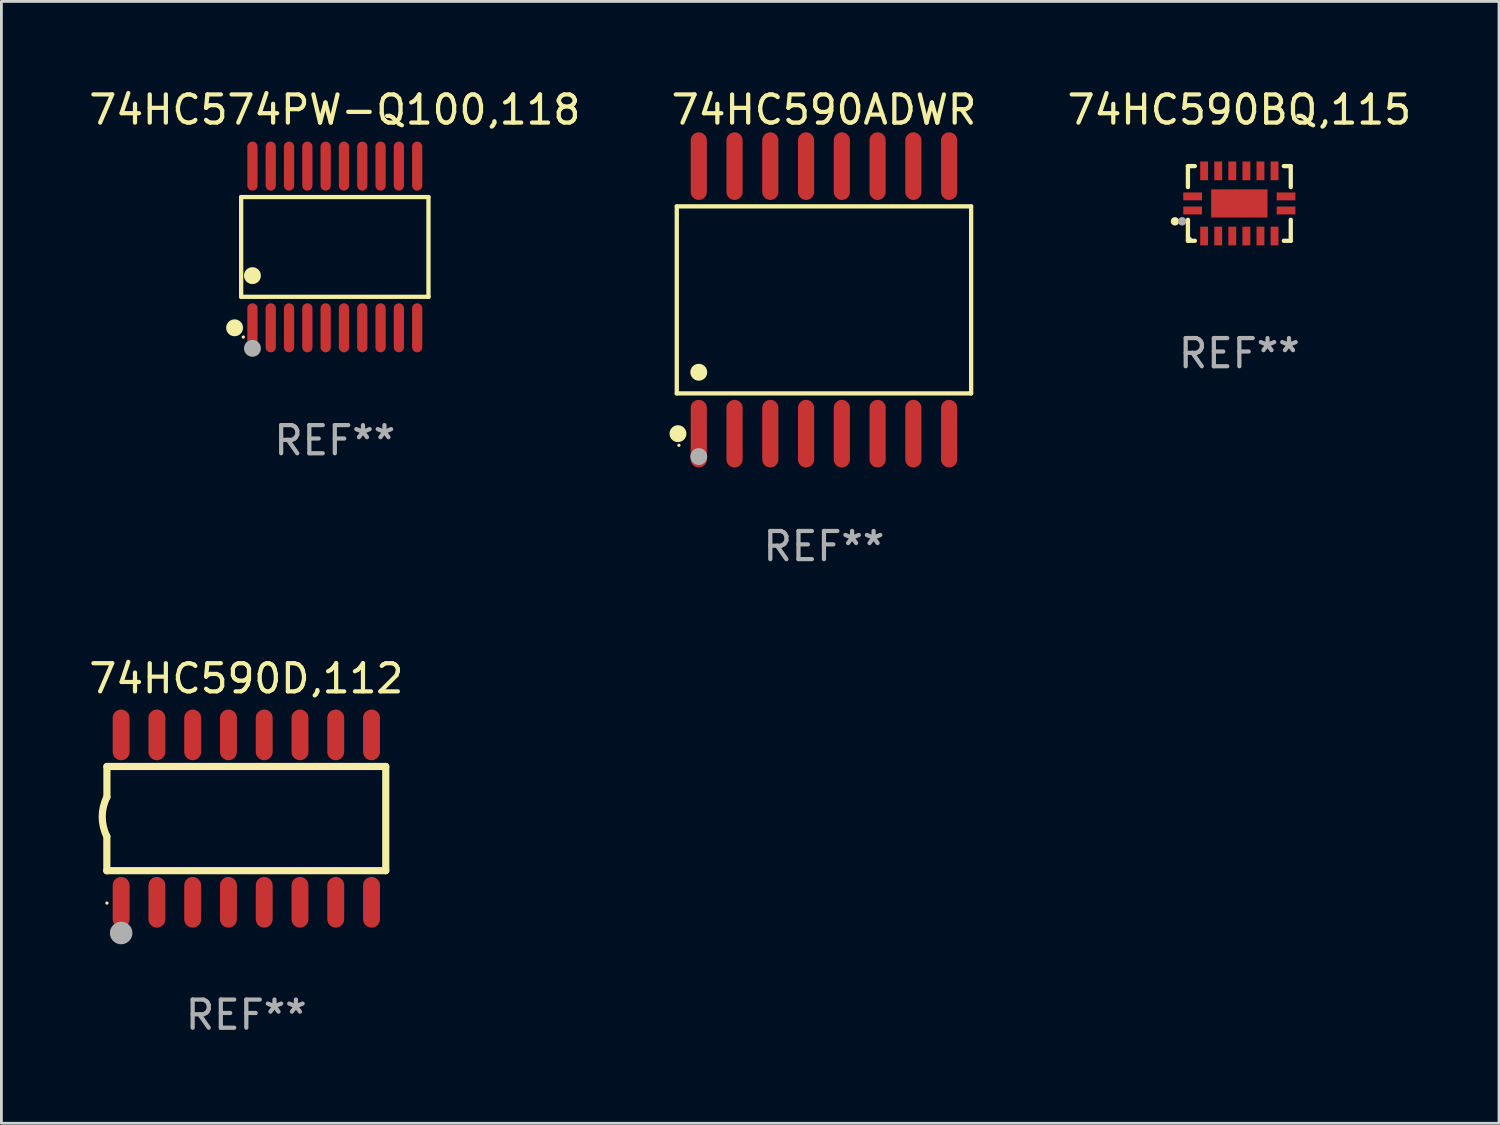
<source format=kicad_pcb>
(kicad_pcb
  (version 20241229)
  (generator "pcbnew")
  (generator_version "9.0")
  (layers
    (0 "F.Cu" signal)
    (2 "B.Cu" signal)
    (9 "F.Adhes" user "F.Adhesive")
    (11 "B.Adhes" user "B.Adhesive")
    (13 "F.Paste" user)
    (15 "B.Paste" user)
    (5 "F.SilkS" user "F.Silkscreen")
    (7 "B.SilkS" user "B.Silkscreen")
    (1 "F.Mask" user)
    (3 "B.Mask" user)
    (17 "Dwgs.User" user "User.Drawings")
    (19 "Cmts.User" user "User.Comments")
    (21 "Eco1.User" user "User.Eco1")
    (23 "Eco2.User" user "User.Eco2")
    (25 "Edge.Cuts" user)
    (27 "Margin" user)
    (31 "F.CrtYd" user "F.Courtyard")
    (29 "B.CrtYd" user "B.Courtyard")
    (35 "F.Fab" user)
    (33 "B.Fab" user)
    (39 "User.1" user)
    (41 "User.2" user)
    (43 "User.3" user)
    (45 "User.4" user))
  (footprint "74HC590BQ,115"
    (layer "F.Cu")
    (at 40.958 4.174)
    (property "Reference" "74HC590BQ,115" (at 0 -3.326 0) (layer "F.SilkS") (effects (font (size 1 1) (thickness 0.15))))
    (attr through_hole)
    (fp_line (start -1.826 -1.326) (end -1.58 -1.326) (stroke (width 0.152) (type solid)) (layer "F.SilkS"))
    (fp_line (start -1.826 -0.58) (end -1.826 -1.326) (stroke (width 0.152) (type solid)) (layer "F.SilkS"))
    (fp_line (start -1.826 0.58) (end -1.826 1.326) (stroke (width 0.152) (type solid)) (layer "F.SilkS"))
    (fp_line (start -1.826 1.326) (end -1.58 1.326) (stroke (width 0.152) (type solid)) (layer "F.SilkS"))
    (fp_line (start 1.826 -1.326) (end 1.58 -1.326) (stroke (width 0.152) (type solid)) (layer "F.SilkS"))
    (fp_line (start 1.826 -0.58) (end 1.826 -1.326) (stroke (width 0.152) (type solid)) (layer "F.SilkS"))
    (fp_line (start 1.826 0.58) (end 1.826 1.326) (stroke (width 0.152) (type solid)) (layer "F.SilkS"))
    (fp_line (start 1.826 1.326) (end 1.58 1.326) (stroke (width 0.152) (type solid)) (layer "F.SilkS"))
    (fp_circle (center -2.286 0.635) (end -2.211 0.635) (stroke (width 0.15) (type solid)) (fill no) (layer "F.SilkS"))
    (fp_circle (center -1.75 1.25) (end -1.72 1.25) (stroke (width 0.06) (type solid)) (fill no) (layer "F.SilkS"))
    (fp_circle (center -2.032 0.635) (end -1.957 0.635) (stroke (width 0.15) (type solid)) (fill no) (layer "F.Fab"))
    (fp_text user "REF**" (at 0 5.326 0) (layer "F.Fab") (effects (font (size 1 1) (thickness 0.15))))
    (pad "1" smd rect (at -1.658 0.25) (size 0.665 0.28) (layers "F.Cu" "F.Mask" "F.Paste"))
    (pad "2" smd rect (at -1.25 1.157) (size 0.28 0.665) (layers "F.Cu" "F.Mask" "F.Paste"))
    (pad "3" smd rect (at -0.75 1.157) (size 0.28 0.665) (layers "F.Cu" "F.Mask" "F.Paste"))
    (pad "4" smd rect (at -0.25 1.157) (size 0.28 0.665) (layers "F.Cu" "F.Mask" "F.Paste"))
    (pad "5" smd rect (at 0.25 1.157) (size 0.28 0.665) (layers "F.Cu" "F.Mask" "F.Paste"))
    (pad "6" smd rect (at 0.75 1.157) (size 0.28 0.665) (layers "F.Cu" "F.Mask" "F.Paste"))
    (pad "7" smd rect (at 1.25 1.157) (size 0.28 0.665) (layers "F.Cu" "F.Mask" "F.Paste"))
    (pad "8" smd rect (at 1.658 0.25) (size 0.665 0.28) (layers "F.Cu" "F.Mask" "F.Paste"))
    (pad "9" smd rect (at 1.658 -0.25) (size 0.665 0.28) (layers "F.Cu" "F.Mask" "F.Paste"))
    (pad "10" smd rect (at 1.25 -1.157) (size 0.28 0.665) (layers "F.Cu" "F.Mask" "F.Paste"))
    (pad "11" smd rect (at 0.75 -1.157) (size 0.28 0.665) (layers "F.Cu" "F.Mask" "F.Paste"))
    (pad "12" smd rect (at 0.25 -1.157) (size 0.28 0.665) (layers "F.Cu" "F.Mask" "F.Paste"))
    (pad "13" smd rect (at -0.25 -1.157) (size 0.28 0.665) (layers "F.Cu" "F.Mask" "F.Paste"))
    (pad "14" smd rect (at -0.75 -1.157) (size 0.28 0.665) (layers "F.Cu" "F.Mask" "F.Paste"))
    (pad "15" smd rect (at -1.25 -1.157) (size 0.28 0.665) (layers "F.Cu" "F.Mask" "F.Paste"))
    (pad "16" smd rect (at -1.658 -0.25) (size 0.665 0.28) (layers "F.Cu" "F.Mask" "F.Paste"))
    (pad "17" smd rect (at 0 0) (size 2 1) (layers "F.Cu" "F.Mask" "F.Paste")))
  (footprint "74HC574PW-Q100,118"
    (layer "F.Cu")
    (at 8.839 5.719)
    (property "Reference" "74HC574PW-Q100,118" (at 0 -4.871 0) (layer "F.SilkS") (effects (font (size 1 1) (thickness 0.15))))
    (attr through_hole)
    (fp_line (start -3.326 -1.771) (end 3.326 -1.771) (stroke (width 0.152) (type solid)) (layer "F.SilkS"))
    (fp_line (start -3.326 1.771) (end -3.326 -1.771) (stroke (width 0.152) (type solid)) (layer "F.SilkS"))
    (fp_line (start 3.326 -1.771) (end 3.326 1.771) (stroke (width 0.152) (type solid)) (layer "F.SilkS"))
    (fp_line (start 3.326 1.771) (end -3.326 1.771) (stroke (width 0.152) (type solid)) (layer "F.SilkS"))
    (fp_circle (center -3.559 2.871) (end -3.409 2.871) (stroke (width 0.3) (type solid)) (fill no) (layer "F.SilkS"))
    (fp_circle (center -3.25 3.2) (end -3.22 3.2) (stroke (width 0.06) (type solid)) (fill no) (layer "F.SilkS"))
    (fp_circle (center -2.925 1.019) (end -2.775 1.019) (stroke (width 0.3) (type solid)) (fill no) (layer "F.SilkS"))
    (fp_circle (center -2.925 3.6) (end -2.775 3.6) (stroke (width 0.3) (type solid)) (fill no) (layer "F.Fab"))
    (fp_text user "REF**" (at 0 6.871 0) (layer "F.Fab") (effects (font (size 1 1) (thickness 0.15))))
    (pad "1" smd oval (at -2.925 2.871) (size 0.364 1.742) (layers "F.Cu" "F.Mask" "F.Paste"))
    (pad "2" smd oval (at -2.275 2.871) (size 0.364 1.742) (layers "F.Cu" "F.Mask" "F.Paste"))
    (pad "3" smd oval (at -1.625 2.871) (size 0.364 1.742) (layers "F.Cu" "F.Mask" "F.Paste"))
    (pad "4" smd oval (at -0.975 2.871) (size 0.364 1.742) (layers "F.Cu" "F.Mask" "F.Paste"))
    (pad "5" smd oval (at -0.325 2.871) (size 0.364 1.742) (layers "F.Cu" "F.Mask" "F.Paste"))
    (pad "6" smd oval (at 0.325 2.871) (size 0.364 1.742) (layers "F.Cu" "F.Mask" "F.Paste"))
    (pad "7" smd oval (at 0.975 2.871) (size 0.364 1.742) (layers "F.Cu" "F.Mask" "F.Paste"))
    (pad "8" smd oval (at 1.625 2.871) (size 0.364 1.742) (layers "F.Cu" "F.Mask" "F.Paste"))
    (pad "9" smd oval (at 2.275 2.871) (size 0.364 1.742) (layers "F.Cu" "F.Mask" "F.Paste"))
    (pad "10" smd oval (at 2.925 2.871) (size 0.364 1.742) (layers "F.Cu" "F.Mask" "F.Paste"))
    (pad "11" smd oval (at 2.925 -2.871) (size 0.364 1.742) (layers "F.Cu" "F.Mask" "F.Paste"))
    (pad "12" smd oval (at 2.275 -2.871) (size 0.364 1.742) (layers "F.Cu" "F.Mask" "F.Paste"))
    (pad "13" smd oval (at 1.625 -2.871) (size 0.364 1.742) (layers "F.Cu" "F.Mask" "F.Paste"))
    (pad "14" smd oval (at 0.975 -2.871) (size 0.364 1.742) (layers "F.Cu" "F.Mask" "F.Paste"))
    (pad "15" smd oval (at 0.325 -2.871) (size 0.364 1.742) (layers "F.Cu" "F.Mask" "F.Paste"))
    (pad "16" smd oval (at -0.325 -2.871) (size 0.364 1.742) (layers "F.Cu" "F.Mask" "F.Paste"))
    (pad "17" smd oval (at -0.975 -2.871) (size 0.364 1.742) (layers "F.Cu" "F.Mask" "F.Paste"))
    (pad "18" smd oval (at -1.625 -2.871) (size 0.364 1.742) (layers "F.Cu" "F.Mask" "F.Paste"))
    (pad "19" smd oval (at -2.275 -2.871) (size 0.364 1.742) (layers "F.Cu" "F.Mask" "F.Paste"))
    (pad "20" smd oval (at -2.925 -2.871) (size 0.364 1.742) (layers "F.Cu" "F.Mask" "F.Paste")))
  (footprint "74HC590D,112"
    (layer "F.Cu")
    (at 5.696 26.017)
    (property "Reference" "74HC590D,112" (at 0 -4.972 0) (layer "F.SilkS") (effects (font (size 1 1) (thickness 0.15))))
    (attr through_hole)
    (fp_line (start -4.952 0.635) (end -4.952 1.85) (stroke (width 0.254) (type solid)) (layer "F.SilkS"))
    (fp_line (start -4.952 1.85) (end -4.949 1.85) (stroke (width 0.254) (type solid)) (layer "F.SilkS"))
    (fp_line (start -4.949 -1.85) (end -4.949 -0.762) (stroke (width 0.254) (type solid)) (layer "F.SilkS"))
    (fp_line (start -4.949 1.85) (end 4.952 1.85) (stroke (width 0.254) (type solid)) (layer "F.SilkS"))
    (fp_line (start 4.952 -1.85) (end -4.949 -1.85) (stroke (width 0.254) (type solid)) (layer "F.SilkS"))
    (fp_line (start 4.952 1.85) (end 4.952 -1.85) (stroke (width 0.254) (type solid)) (layer "F.SilkS"))
    (fp_arc (start -4.951524 0.635001) (mid -5.116418 -0.0635) (end -4.951524 -0.762002) (stroke (width 0.254001) (type solid)) (layer "F.SilkS"))
    (fp_circle (center -4.949 3) (end -4.919 3) (stroke (width 0.06) (type solid)) (fill no) (layer "F.SilkS"))
    (fp_circle (center -4.444 4.064) (end -4.244 4.064) (stroke (width 0.4) (type solid)) (fill no) (layer "F.Fab"))
    (fp_text user "REF**" (at 0 6.972 0) (layer "F.Fab") (effects (font (size 1 1) (thickness 0.15))))
    (pad "1" smd oval (at -4.444 2.972 180) (size 0.6 1.8) (layers "F.Cu" "F.Mask" "F.Paste"))
    (pad "2" smd oval (at -3.174 2.972 180) (size 0.6 1.8) (layers "F.Cu" "F.Mask" "F.Paste"))
    (pad "3" smd oval (at -1.904 2.972 180) (size 0.6 1.8) (layers "F.Cu" "F.Mask" "F.Paste"))
    (pad "4" smd oval (at -0.634 2.972 180) (size 0.6 1.8) (layers "F.Cu" "F.Mask" "F.Paste"))
    (pad "5" smd oval (at 0.636 2.972 180) (size 0.6 1.8) (layers "F.Cu" "F.Mask" "F.Paste"))
    (pad "6" smd oval (at 1.906 2.972 180) (size 0.6 1.8) (layers "F.Cu" "F.Mask" "F.Paste"))
    (pad "7" smd oval (at 3.176 2.972 180) (size 0.6 1.8) (layers "F.Cu" "F.Mask" "F.Paste"))
    (pad "8" smd oval (at 4.446 2.972 180) (size 0.6 1.8) (layers "F.Cu" "F.Mask" "F.Paste"))
    (pad "9" smd oval (at 4.446 -2.972 180) (size 0.6 1.8) (layers "F.Cu" "F.Mask" "F.Paste"))
    (pad "10" smd oval (at 3.176 -2.972 180) (size 0.6 1.8) (layers "F.Cu" "F.Mask" "F.Paste"))
    (pad "11" smd oval (at 1.906 -2.972 180) (size 0.6 1.8) (layers "F.Cu" "F.Mask" "F.Paste"))
    (pad "12" smd oval (at 0.636 -2.972 180) (size 0.6 1.8) (layers "F.Cu" "F.Mask" "F.Paste"))
    (pad "13" smd oval (at -0.634 -2.972 180) (size 0.6 1.8) (layers "F.Cu" "F.Mask" "F.Paste"))
    (pad "14" smd oval (at -1.904 -2.972 180) (size 0.6 1.8) (layers "F.Cu" "F.Mask" "F.Paste"))
    (pad "15" smd oval (at -3.174 -2.972 180) (size 0.6 1.8) (layers "F.Cu" "F.Mask" "F.Paste"))
    (pad "16" smd oval (at -4.444 -2.972 180) (size 0.6 1.8) (layers "F.Cu" "F.Mask" "F.Paste")))
  (footprint "74HC590ADWR"
    (layer "F.Cu")
    (at 26.208 7.599)
    (property "Reference" "74HC590ADWR" (at 0 -6.75 0) (layer "F.SilkS") (effects (font (size 1 1) (thickness 0.15))))
    (attr through_hole)
    (fp_line (start -5.226 -3.321) (end 5.226 -3.321) (stroke (width 0.152) (type solid)) (layer "F.SilkS"))
    (fp_line (start -5.226 3.321) (end -5.226 -3.321) (stroke (width 0.152) (type solid)) (layer "F.SilkS"))
    (fp_line (start 5.226 -3.321) (end 5.226 3.321) (stroke (width 0.152) (type solid)) (layer "F.SilkS"))
    (fp_line (start 5.226 3.321) (end -5.226 3.321) (stroke (width 0.152) (type solid)) (layer "F.SilkS"))
    (fp_circle (center -5.184 4.75) (end -5.034 4.75) (stroke (width 0.3) (type solid)) (fill no) (layer "F.SilkS"))
    (fp_circle (center -5.15 5.163) (end -5.12 5.163) (stroke (width 0.06) (type solid)) (fill no) (layer "F.SilkS"))
    (fp_circle (center -4.445 2.569) (end -4.295 2.569) (stroke (width 0.3) (type solid)) (fill no) (layer "F.SilkS"))
    (fp_circle (center -4.445 5.563) (end -4.295 5.563) (stroke (width 0.3) (type solid)) (fill no) (layer "F.Fab"))
    (fp_text user "REF**" (at 0 8.75 0) (layer "F.Fab") (effects (font (size 1 1) (thickness 0.15))))
    (pad "1" smd oval (at -4.445 4.75) (size 0.574 2.401) (layers "F.Cu" "F.Mask" "F.Paste"))
    (pad "2" smd oval (at -3.175 4.75) (size 0.574 2.401) (layers "F.Cu" "F.Mask" "F.Paste"))
    (pad "3" smd oval (at -1.905 4.75) (size 0.574 2.401) (layers "F.Cu" "F.Mask" "F.Paste"))
    (pad "4" smd oval (at -0.635 4.75) (size 0.574 2.401) (layers "F.Cu" "F.Mask" "F.Paste"))
    (pad "5" smd oval (at 0.635 4.75) (size 0.574 2.401) (layers "F.Cu" "F.Mask" "F.Paste"))
    (pad "6" smd oval (at 1.905 4.75) (size 0.574 2.401) (layers "F.Cu" "F.Mask" "F.Paste"))
    (pad "7" smd oval (at 3.175 4.75) (size 0.574 2.401) (layers "F.Cu" "F.Mask" "F.Paste"))
    (pad "8" smd oval (at 4.445 4.75) (size 0.574 2.401) (layers "F.Cu" "F.Mask" "F.Paste"))
    (pad "9" smd oval (at 4.445 -4.75) (size 0.574 2.401) (layers "F.Cu" "F.Mask" "F.Paste"))
    (pad "10" smd oval (at 3.175 -4.75) (size 0.574 2.401) (layers "F.Cu" "F.Mask" "F.Paste"))
    (pad "11" smd oval (at 1.905 -4.75) (size 0.574 2.401) (layers "F.Cu" "F.Mask" "F.Paste"))
    (pad "12" smd oval (at 0.635 -4.75) (size 0.574 2.401) (layers "F.Cu" "F.Mask" "F.Paste"))
    (pad "13" smd oval (at -0.635 -4.75) (size 0.574 2.401) (layers "F.Cu" "F.Mask" "F.Paste"))
    (pad "14" smd oval (at -1.905 -4.75) (size 0.574 2.401) (layers "F.Cu" "F.Mask" "F.Paste"))
    (pad "15" smd oval (at -3.175 -4.75) (size 0.574 2.401) (layers "F.Cu" "F.Mask" "F.Paste"))
    (pad "16" smd oval (at -4.445 -4.75) (size 0.574 2.401) (layers "F.Cu" "F.Mask" "F.Paste")))
  (gr_rect
    (start -3 -3)
    (end 50.179 36.837)
    (stroke (width 0.1) (type default))
    (fill no)
    (layer "Edge.Cuts")))
</source>
